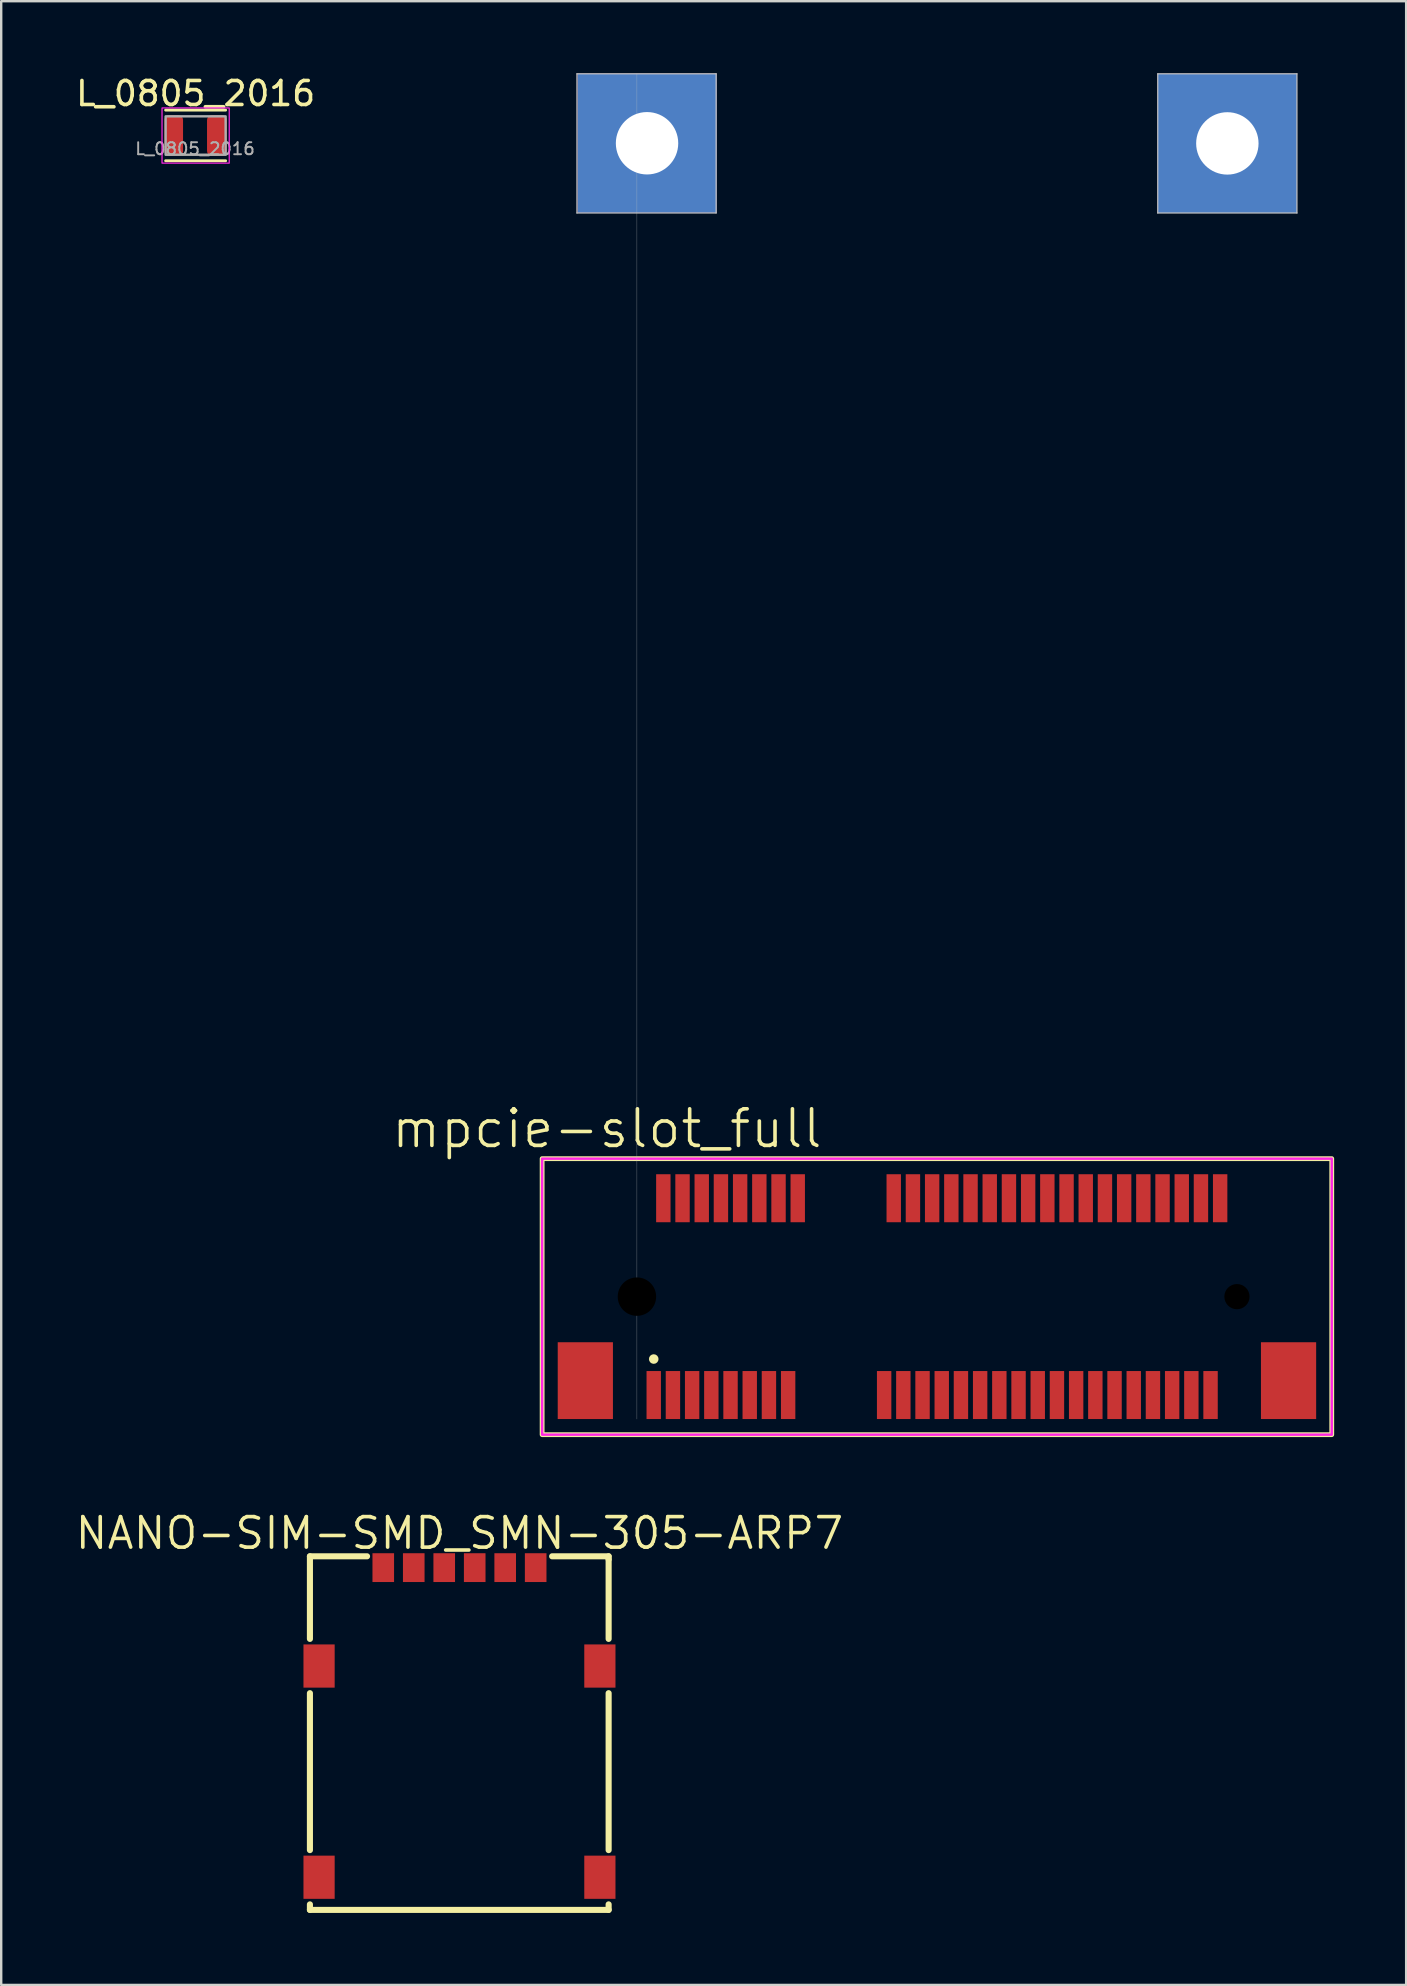
<source format=kicad_pcb>
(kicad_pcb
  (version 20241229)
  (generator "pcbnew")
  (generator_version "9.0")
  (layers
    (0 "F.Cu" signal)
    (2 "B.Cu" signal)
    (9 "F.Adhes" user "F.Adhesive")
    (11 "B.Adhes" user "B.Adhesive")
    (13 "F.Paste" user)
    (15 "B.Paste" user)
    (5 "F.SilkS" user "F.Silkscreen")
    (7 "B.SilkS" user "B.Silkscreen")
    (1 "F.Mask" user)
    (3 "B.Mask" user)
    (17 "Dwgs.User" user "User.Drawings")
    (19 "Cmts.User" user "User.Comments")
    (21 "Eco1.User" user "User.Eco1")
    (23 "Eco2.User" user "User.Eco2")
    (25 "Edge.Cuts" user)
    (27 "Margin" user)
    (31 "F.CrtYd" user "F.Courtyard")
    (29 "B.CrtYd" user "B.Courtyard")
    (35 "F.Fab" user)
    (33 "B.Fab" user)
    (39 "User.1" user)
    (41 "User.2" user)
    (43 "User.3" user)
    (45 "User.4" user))
  (footprint "mpcie-slot_full"
    (layer "F.Cu")
    (at 23.488 50.975)
    (property "Reference" "mpcie-slot_full" (at -1.25 -7 180) (layer "F.SilkS") (effects (font (size 1.524 1.524) (thickness 0.15))))
    (attr through_hole)
    (fp_rect (start -3.95 -5.75) (end 28.95 5.75) (stroke (width 0.2) (type solid)) (fill no) (layer "F.SilkS"))
    (fp_circle (center 0.7 2.6) (end 0.8 2.6) (stroke (width 0.2) (type solid)) (fill no) (layer "F.SilkS"))
    (fp_line (start -2.5 -50.95) (end -2.5 -45.15) (stroke (width 0.05) (type solid)) (layer "Dwgs.User"))
    (fp_line (start -2.5 -50.95) (end 3.3 -50.95) (stroke (width 0.05) (type solid)) (layer "Dwgs.User"))
    (fp_line (start -2.5 -45.15) (end 3.3 -45.15) (stroke (width 0.05) (type solid)) (layer "Dwgs.User"))
    (fp_line (start 0 -50.95) (end 0 5.1) (stroke (width 0.01) (type solid)) (layer "Dwgs.User"))
    (fp_line (start 3.3 -50.95) (end 3.3 -45.15) (stroke (width 0.05) (type solid)) (layer "Dwgs.User"))
    (fp_line (start 21.7 -50.95) (end 21.7 -45.15) (stroke (width 0.05) (type solid)) (layer "Dwgs.User"))
    (fp_line (start 21.7 -50.95) (end 27.5 -50.95) (stroke (width 0.05) (type solid)) (layer "Dwgs.User"))
    (fp_line (start 21.7 -45.15) (end 27.5 -45.15) (stroke (width 0.05) (type solid)) (layer "Dwgs.User"))
    (fp_line (start 27.5 -50.95) (end 27.5 -45.15) (stroke (width 0.05) (type solid)) (layer "Dwgs.User"))
    (fp_rect (start -3.95 -5.75) (end 28.95 5.75) (stroke (width 0.1) (type default)) (fill no) (layer "F.CrtYd"))
    (pad "" np_thru_hole circle (at 0 0) (size 1.6 1.6) (drill 1.6) (layers "*.Mask"))
    (pad "" np_thru_hole circle (at 25 0) (size 1.05 1.05) (drill 1.05) (layers "*.Mask") (padstack (mode custom) (layer "B.Cu" (shape circle) (size 1.05 1.05))))
    (pad "1" smd rect (at 0.7 4.1) (size 0.6 2) (layers "F.Cu" "F.Mask" "F.Paste"))
    (pad "2" smd rect (at 1.1 -4.1) (size 0.6 2) (layers "F.Cu" "F.Mask" "F.Paste"))
    (pad "3" smd rect (at 1.5 4.1) (size 0.6 2) (layers "F.Cu" "F.Mask" "F.Paste"))
    (pad "4" smd rect (at 1.9 -4.1) (size 0.6 2) (layers "F.Cu" "F.Mask" "F.Paste"))
    (pad "5" smd rect (at 2.3 4.1) (size 0.6 2) (layers "F.Cu" "F.Mask" "F.Paste"))
    (pad "6" smd rect (at 2.7 -4.1) (size 0.6 2) (layers "F.Cu" "F.Mask" "F.Paste"))
    (pad "7" smd rect (at 3.1 4.1) (size 0.6 2) (layers "F.Cu" "F.Mask" "F.Paste"))
    (pad "8" smd rect (at 3.5 -4.1) (size 0.6 2) (layers "F.Cu" "F.Mask" "F.Paste"))
    (pad "9" smd rect (at 3.9 4.1) (size 0.6 2) (layers "F.Cu" "F.Mask" "F.Paste"))
    (pad "10" smd rect (at 4.3 -4.1) (size 0.6 2) (layers "F.Cu" "F.Mask" "F.Paste"))
    (pad "11" smd rect (at 4.7 4.1) (size 0.6 2) (layers "F.Cu" "F.Mask" "F.Paste"))
    (pad "12" smd rect (at 5.1 -4.1) (size 0.6 2) (layers "F.Cu" "F.Mask" "F.Paste"))
    (pad "13" smd rect (at 5.5 4.1) (size 0.6 2) (layers "F.Cu" "F.Mask" "F.Paste"))
    (pad "14" smd rect (at 5.9 -4.1) (size 0.6 2) (layers "F.Cu" "F.Mask" "F.Paste"))
    (pad "15" smd rect (at 6.3 4.1) (size 0.6 2) (layers "F.Cu" "F.Mask" "F.Paste"))
    (pad "16" smd rect (at 6.7 -4.1) (size 0.6 2) (layers "F.Cu" "F.Mask" "F.Paste"))
    (pad "17" smd rect (at 10.3 4.1) (size 0.6 2) (layers "F.Cu" "F.Mask" "F.Paste"))
    (pad "18" smd rect (at 10.7 -4.1) (size 0.6 2) (layers "F.Cu" "F.Mask" "F.Paste"))
    (pad "19" smd rect (at 11.1 4.1) (size 0.6 2) (layers "F.Cu" "F.Mask" "F.Paste"))
    (pad "20" smd rect (at 11.5 -4.1) (size 0.6 2) (layers "F.Cu" "F.Mask" "F.Paste"))
    (pad "21" smd rect (at 11.9 4.1) (size 0.6 2) (layers "F.Cu" "F.Mask" "F.Paste"))
    (pad "22" smd rect (at 12.3 -4.1) (size 0.6 2) (layers "F.Cu" "F.Mask" "F.Paste"))
    (pad "23" smd rect (at 12.7 4.1) (size 0.6 2) (layers "F.Cu" "F.Mask" "F.Paste"))
    (pad "24" smd rect (at 13.1 -4.1) (size 0.6 2) (layers "F.Cu" "F.Mask" "F.Paste"))
    (pad "25" smd rect (at 13.5 4.1) (size 0.6 2) (layers "F.Cu" "F.Mask" "F.Paste"))
    (pad "26" smd rect (at 13.9 -4.1) (size 0.6 2) (layers "F.Cu" "F.Mask" "F.Paste"))
    (pad "27" smd rect (at 14.3 4.1) (size 0.6 2) (layers "F.Cu" "F.Mask" "F.Paste"))
    (pad "28" smd rect (at 14.7 -4.1) (size 0.6 2) (layers "F.Cu" "F.Mask" "F.Paste"))
    (pad "29" smd rect (at 15.1 4.1) (size 0.6 2) (layers "F.Cu" "F.Mask" "F.Paste"))
    (pad "30" smd rect (at 15.5 -4.1) (size 0.6 2) (layers "F.Cu" "F.Mask" "F.Paste"))
    (pad "31" smd rect (at 15.9 4.1) (size 0.6 2) (layers "F.Cu" "F.Mask" "F.Paste"))
    (pad "32" smd rect (at 16.3 -4.1) (size 0.6 2) (layers "F.Cu" "F.Mask" "F.Paste"))
    (pad "33" smd rect (at 16.7 4.1) (size 0.6 2) (layers "F.Cu" "F.Mask" "F.Paste"))
    (pad "34" smd rect (at 17.1 -4.1) (size 0.6 2) (layers "F.Cu" "F.Mask" "F.Paste"))
    (pad "35" smd rect (at 17.5 4.1) (size 0.6 2) (layers "F.Cu" "F.Mask" "F.Paste"))
    (pad "36" smd rect (at 17.9 -4.1) (size 0.6 2) (layers "F.Cu" "F.Mask" "F.Paste"))
    (pad "37" smd rect (at 18.3 4.1) (size 0.6 2) (layers "F.Cu" "F.Mask" "F.Paste"))
    (pad "38" smd rect (at 18.7 -4.1) (size 0.6 2) (layers "F.Cu" "F.Mask" "F.Paste"))
    (pad "39" smd rect (at 19.1 4.1) (size 0.6 2) (layers "F.Cu" "F.Mask" "F.Paste"))
    (pad "40" smd rect (at 19.5 -4.1) (size 0.6 2) (layers "F.Cu" "F.Mask" "F.Paste"))
    (pad "41" smd rect (at 19.9 4.1) (size 0.6 2) (layers "F.Cu" "F.Mask" "F.Paste"))
    (pad "42" smd rect (at 20.3 -4.1) (size 0.6 2) (layers "F.Cu" "F.Mask" "F.Paste"))
    (pad "43" smd rect (at 20.7 4.1) (size 0.6 2) (layers "F.Cu" "F.Mask" "F.Paste"))
    (pad "44" smd rect (at 21.1 -4.1) (size 0.6 2) (layers "F.Cu" "F.Mask" "F.Paste"))
    (pad "45" smd rect (at 21.5 4.1) (size 0.6 2) (layers "F.Cu" "F.Mask" "F.Paste"))
    (pad "46" smd rect (at 21.9 -4.1) (size 0.6 2) (layers "F.Cu" "F.Mask" "F.Paste"))
    (pad "47" smd rect (at 22.3 4.1) (size 0.6 2) (layers "F.Cu" "F.Mask" "F.Paste"))
    (pad "48" smd rect (at 22.7 -4.1) (size 0.6 2) (layers "F.Cu" "F.Mask" "F.Paste"))
    (pad "49" smd rect (at 23.1 4.1) (size 0.6 2) (layers "F.Cu" "F.Mask" "F.Paste"))
    (pad "50" smd rect (at 23.5 -4.1) (size 0.6 2) (layers "F.Cu" "F.Mask" "F.Paste"))
    (pad "51" smd rect (at 23.9 4.1) (size 0.6 2) (layers "F.Cu" "F.Mask" "F.Paste"))
    (pad "52" smd rect (at 24.3 -4.1) (size 0.6 2) (layers "F.Cu" "F.Mask" "F.Paste"))
    (pad "S1" smd rect (at -2.15 3.5) (size 2.3 3.2) (layers "F.Cu" "F.Mask" "F.Paste"))
    (pad "S2" smd rect (at 27.15 3.5) (size 2.3 3.2) (layers "F.Cu" "F.Mask" "F.Paste"))
    (pad "S3" thru_hole rect (at 0.421 -48.056) (size 5.8 5.8) (drill 2.6) (layers "*.Cu" "*.Mask"))
    (pad "S4" thru_hole rect (at 24.6 -48.05) (size 5.8 5.8) (drill 2.6) (layers "*.Cu" "*.Mask") (remove_unused_layers yes) (keep_end_layers yes) (zone_layer_connections)))
  (footprint "NANO-SIM-SMD_SMN-305-ARP7"
    (layer "F.Cu")
    (at 16.094 68.716)
    (property "Reference" "NANO-SIM-SMD_SMN-305-ARP7" (at 0 -7.885 0) (layer "F.SilkS") (effects (font (size 1.27 1.27) (thickness 0.15))))
    (fp_line (start -6.231 -6.922) (end -6.231 -3.481) (stroke (width 0.254) (type default)) (layer "F.SilkS"))
    (fp_line (start -6.231 -1.219) (end -6.231 5.319) (stroke (width 0.254) (type default)) (layer "F.SilkS"))
    (fp_line (start -6.231 7.581) (end -6.231 7.81) (stroke (width 0.254) (type default)) (layer "F.SilkS"))
    (fp_line (start -6.231 7.81) (end 6.215 7.81) (stroke (width 0.254) (type default)) (layer "F.SilkS"))
    (fp_line (start -3.851 -6.922) (end -6.231 -6.922) (stroke (width 0.254) (type default)) (layer "F.SilkS"))
    (fp_line (start 6.215 -6.922) (end 3.861 -6.922) (stroke (width 0.254) (type default)) (layer "F.SilkS"))
    (fp_line (start 6.215 -6.795) (end 6.215 -6.922) (stroke (width 0.254) (type default)) (layer "F.SilkS"))
    (fp_line (start 6.215 -3.481) (end 6.215 -6.795) (stroke (width 0.254) (type default)) (layer "F.SilkS"))
    (fp_line (start 6.215 5.319) (end 6.215 -1.219) (stroke (width 0.254) (type default)) (layer "F.SilkS"))
    (fp_line (start 6.215 7.81) (end 6.215 7.581) (stroke (width 0.254) (type default)) (layer "F.SilkS"))
    (fp_circle (center -6.2 -6.806) (end -6.17 -6.806) (stroke (width 0.06) (type default)) (fill no) (layer "User.5"))
    (pad "1" smd rect (at -3.175 -6.45) (size 0.9 1.2) (layers "F.Cu" "F.Mask" "F.Paste"))
    (pad "2" smd rect (at -0.635 -6.45) (size 0.9 1.2) (layers "F.Cu" "F.Mask" "F.Paste"))
    (pad "3" smd rect (at 1.905 -6.45) (size 0.9 1.2) (layers "F.Cu" "F.Mask" "F.Paste"))
    (pad "5" smd rect (at -1.905 -6.45) (size 0.9 1.2) (layers "F.Cu" "F.Mask" "F.Paste"))
    (pad "6" smd rect (at 0.635 -6.45) (size 0.9 1.2) (layers "F.Cu" "F.Mask" "F.Paste"))
    (pad "7" smd rect (at 3.175 -6.45) (size 0.9 1.2) (layers "F.Cu" "F.Mask" "F.Paste"))
    (pad "8" smd rect (at -5.85 6.45) (size 1.3 1.8) (layers "F.Cu" "F.Mask" "F.Paste"))
    (pad "9" smd rect (at -5.85 -2.35) (size 1.3 1.8) (layers "F.Cu" "F.Mask" "F.Paste"))
    (pad "10" smd rect (at 5.85 -2.35) (size 1.3 1.8) (layers "F.Cu" "F.Mask" "F.Paste"))
    (pad "11" smd rect (at 5.85 6.45) (size 1.3 1.8) (layers "F.Cu" "F.Mask" "F.Paste"))
    (zone (net_name "") (layer "Dwgs.User") (hatch edge 0.5) (priority 100) (connect_pads yes) (min_thickness 0) (filled_areas_thickness no) (fill yes) (polygon (pts (xy 12.22 64.271) (xy 13.617 64.271) (xy 12.855 63.509))) (filled_polygon (layer "Dwgs.User") (island) (pts (xy 12.22 64.271) (xy 13.617 64.271) (xy 12.855 63.509))))
    (zone (net_name "") (layer "User.4") (hatch edge 0.5) (priority 100) (connect_pads yes) (min_thickness 0) (filled_areas_thickness no) (fill yes) (polygon (pts (xy 9.894 65.766) (xy 10.894 65.766) (xy 10.894 66.966) (xy 9.894 66.966))) (filled_polygon (layer "User.4") (island) (pts (xy 9.894 65.766) (xy 10.894 65.766) (xy 10.894 66.966) (xy 9.894 66.966))))
    (zone (net_name "") (layer "User.4") (hatch edge 0.5) (priority 100) (connect_pads yes) (min_thickness 0) (filled_areas_thickness no) (fill yes) (polygon (pts (xy 9.894 74.566) (xy 10.894 74.566) (xy 10.894 75.766) (xy 9.894 75.766))) (filled_polygon (layer "User.4") (island) (pts (xy 9.894 74.566) (xy 10.894 74.566) (xy 10.894 75.766) (xy 9.894 75.766))))
    (zone (net_name "") (layer "User.4") (hatch edge 0.5) (priority 100) (connect_pads yes) (min_thickness 0) (filled_areas_thickness no) (fill yes) (polygon (pts (xy 21.294 65.766) (xy 22.294 65.766) (xy 22.294 66.966) (xy 21.294 66.966))) (filled_polygon (layer "User.4") (island) (pts (xy 21.294 65.766) (xy 22.294 65.766) (xy 22.294 66.966) (xy 21.294 66.966))))
    (zone (net_name "") (layer "User.4") (hatch edge 0.5) (priority 100) (connect_pads yes) (min_thickness 0) (filled_areas_thickness no) (fill yes) (polygon (pts (xy 21.294 74.566) (xy 22.294 74.566) (xy 22.294 75.766) (xy 21.294 75.766))) (filled_polygon (layer "User.4") (island) (pts (xy 21.294 74.566) (xy 22.294 74.566) (xy 22.294 75.766) (xy 21.294 75.766)))))
  (footprint "L_0805_2016"
    (layer "F.Cu")
    (at 5.076 2.598)
    (property "Reference" "L_0805_2016" (at 0.025 -1.75 0) (layer "F.SilkS") (effects (font (size 1 1) (thickness 0.15))))
    (attr smd)
    (fp_line (start -1.225 -1.06) (end 1.275 -1.06) (stroke (width 0.12) (type solid)) (layer "F.SilkS"))
    (fp_line (start 1.275 1.05) (end -1.225 1.05) (stroke (width 0.12) (type solid)) (layer "F.SilkS"))
    (fp_rect (start -1.375 -1.15) (end 1.425 1.15) (stroke (width 0.05) (type solid)) (fill no) (layer "F.CrtYd"))
    (fp_rect (start -1.225 -0.8) (end 1.275 0.8) (stroke (width 0.1) (type solid)) (fill no) (layer "F.Fab"))
    (fp_text user "${REFERENCE}" (at 0 0.55 0) (layer "F.Fab") (effects (font (size 0.5 0.5) (thickness 0.08))))
    (pad "1" smd roundrect (at -0.887 0) (size 0.775 1.7) (layers "F.Cu" "F.Mask" "F.Paste") (roundrect_rratio 0.25))
    (pad "2" smd roundrect (at 0.912 0) (size 0.825 1.7) (layers "F.Cu" "F.Mask" "F.Paste") (roundrect_rratio 0.25)))
  (gr_rect
    (start -3 -3)
    (end 55.538 79.653)
    (stroke (width 0.1) (type default))
    (fill no)
    (layer "Edge.Cuts")))
</source>
